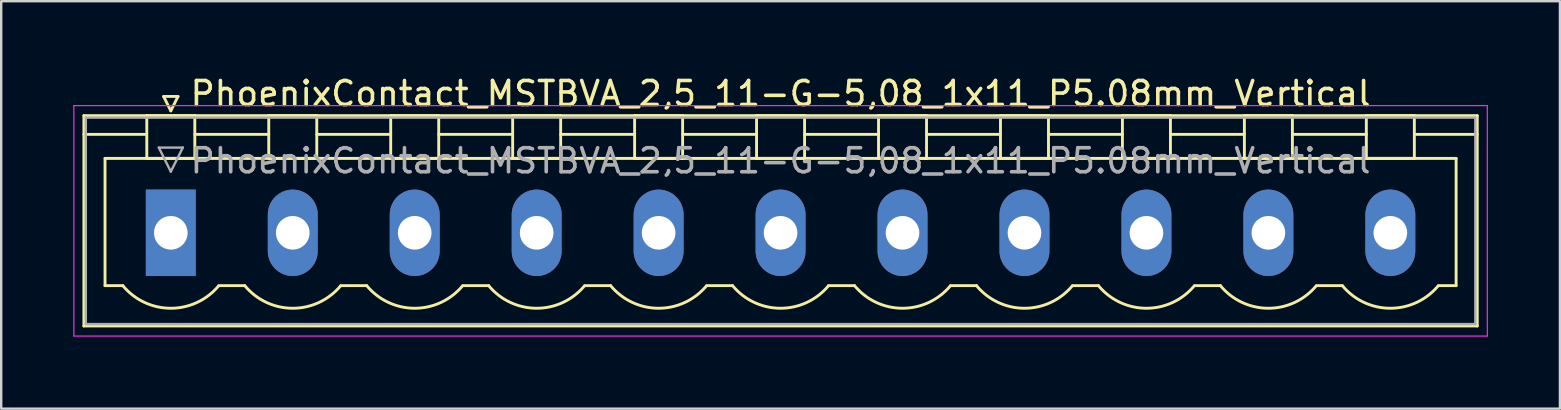
<source format=kicad_pcb>
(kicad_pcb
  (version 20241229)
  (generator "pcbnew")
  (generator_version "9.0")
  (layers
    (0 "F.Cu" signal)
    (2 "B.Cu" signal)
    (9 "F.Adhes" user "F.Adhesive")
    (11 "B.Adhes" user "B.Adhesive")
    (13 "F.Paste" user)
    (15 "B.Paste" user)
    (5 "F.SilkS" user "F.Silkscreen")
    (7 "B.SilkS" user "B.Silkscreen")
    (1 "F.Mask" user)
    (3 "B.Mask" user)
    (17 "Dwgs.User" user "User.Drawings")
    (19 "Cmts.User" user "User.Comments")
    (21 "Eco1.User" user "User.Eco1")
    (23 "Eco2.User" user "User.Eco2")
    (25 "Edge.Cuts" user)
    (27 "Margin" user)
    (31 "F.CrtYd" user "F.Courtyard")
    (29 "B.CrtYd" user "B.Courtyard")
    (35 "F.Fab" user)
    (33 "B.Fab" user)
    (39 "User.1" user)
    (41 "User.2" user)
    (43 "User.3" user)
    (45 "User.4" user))
  (footprint "PhoenixContact_MSTBVA_2,5_11-G-5,08_1x11_P5.08mm_Vertical"
    (layer "F.Cu")
    (at 4.065 6.648)
    (property "Reference" "PhoenixContact_MSTBVA_2,5_11-G-5,08_1x11_P5.08mm_Vertical" (at 25.4 -5.8 0) (layer "F.SilkS") (effects (font (size 1 1) (thickness 0.15))))
    (attr through_hole)
    (fp_line (start -3.62 -4.88) (end -3.62 3.88) (stroke (width 0.12) (type solid)) (layer "F.SilkS"))
    (fp_line (start -3.62 -4.1) (end -1.08 -4.1) (stroke (width 0.12) (type solid)) (layer "F.SilkS"))
    (fp_line (start -3.62 3.88) (end 54.42 3.88) (stroke (width 0.12) (type solid)) (layer "F.SilkS"))
    (fp_line (start -2.74 -3.1) (end 53.54 -3.1) (stroke (width 0.12) (type solid)) (layer "F.SilkS"))
    (fp_line (start -2.74 2.2) (end -2.74 -3.1) (stroke (width 0.12) (type solid)) (layer "F.SilkS"))
    (fp_line (start -2 2.2) (end -2.74 2.2) (stroke (width 0.12) (type solid)) (layer "F.SilkS"))
    (fp_line (start -1 -4.88) (end 1 -4.88) (stroke (width 0.12) (type solid)) (layer "F.SilkS"))
    (fp_line (start -1 -3.1) (end -1 -4.88) (stroke (width 0.12) (type solid)) (layer "F.SilkS"))
    (fp_line (start -0.3 -5.68) (end 0.3 -5.68) (stroke (width 0.12) (type solid)) (layer "F.SilkS"))
    (fp_line (start 0 -5.08) (end -0.3 -5.68) (stroke (width 0.12) (type solid)) (layer "F.SilkS"))
    (fp_line (start 0.3 -5.68) (end 0 -5.08) (stroke (width 0.12) (type solid)) (layer "F.SilkS"))
    (fp_line (start 1 -4.88) (end 1 -3.1) (stroke (width 0.12) (type solid)) (layer "F.SilkS"))
    (fp_line (start 1 -4.1) (end 4.08 -4.1) (stroke (width 0.12) (type solid)) (layer "F.SilkS"))
    (fp_line (start 1 -3.1) (end -1 -3.1) (stroke (width 0.12) (type solid)) (layer "F.SilkS"))
    (fp_line (start 2 2.2) (end 3.08 2.2) (stroke (width 0.12) (type solid)) (layer "F.SilkS"))
    (fp_line (start 4.08 -4.88) (end 6.08 -4.88) (stroke (width 0.12) (type solid)) (layer "F.SilkS"))
    (fp_line (start 4.08 -3.1) (end 4.08 -4.88) (stroke (width 0.12) (type solid)) (layer "F.SilkS"))
    (fp_line (start 6.08 -4.88) (end 6.08 -3.1) (stroke (width 0.12) (type solid)) (layer "F.SilkS"))
    (fp_line (start 6.08 -4.1) (end 9.16 -4.1) (stroke (width 0.12) (type solid)) (layer "F.SilkS"))
    (fp_line (start 6.08 -3.1) (end 4.08 -3.1) (stroke (width 0.12) (type solid)) (layer "F.SilkS"))
    (fp_line (start 7.08 2.2) (end 8.16 2.2) (stroke (width 0.12) (type solid)) (layer "F.SilkS"))
    (fp_line (start 9.16 -4.88) (end 11.16 -4.88) (stroke (width 0.12) (type solid)) (layer "F.SilkS"))
    (fp_line (start 9.16 -3.1) (end 9.16 -4.88) (stroke (width 0.12) (type solid)) (layer "F.SilkS"))
    (fp_line (start 11.16 -4.88) (end 11.16 -3.1) (stroke (width 0.12) (type solid)) (layer "F.SilkS"))
    (fp_line (start 11.16 -4.1) (end 14.24 -4.1) (stroke (width 0.12) (type solid)) (layer "F.SilkS"))
    (fp_line (start 11.16 -3.1) (end 9.16 -3.1) (stroke (width 0.12) (type solid)) (layer "F.SilkS"))
    (fp_line (start 12.16 2.2) (end 13.24 2.2) (stroke (width 0.12) (type solid)) (layer "F.SilkS"))
    (fp_line (start 14.24 -4.88) (end 16.24 -4.88) (stroke (width 0.12) (type solid)) (layer "F.SilkS"))
    (fp_line (start 14.24 -3.1) (end 14.24 -4.88) (stroke (width 0.12) (type solid)) (layer "F.SilkS"))
    (fp_line (start 16.24 -4.88) (end 16.24 -3.1) (stroke (width 0.12) (type solid)) (layer "F.SilkS"))
    (fp_line (start 16.24 -4.1) (end 19.32 -4.1) (stroke (width 0.12) (type solid)) (layer "F.SilkS"))
    (fp_line (start 16.24 -3.1) (end 14.24 -3.1) (stroke (width 0.12) (type solid)) (layer "F.SilkS"))
    (fp_line (start 17.24 2.2) (end 18.32 2.2) (stroke (width 0.12) (type solid)) (layer "F.SilkS"))
    (fp_line (start 19.32 -4.88) (end 21.32 -4.88) (stroke (width 0.12) (type solid)) (layer "F.SilkS"))
    (fp_line (start 19.32 -3.1) (end 19.32 -4.88) (stroke (width 0.12) (type solid)) (layer "F.SilkS"))
    (fp_line (start 21.32 -4.88) (end 21.32 -3.1) (stroke (width 0.12) (type solid)) (layer "F.SilkS"))
    (fp_line (start 21.32 -4.1) (end 24.4 -4.1) (stroke (width 0.12) (type solid)) (layer "F.SilkS"))
    (fp_line (start 21.32 -3.1) (end 19.32 -3.1) (stroke (width 0.12) (type solid)) (layer "F.SilkS"))
    (fp_line (start 22.32 2.2) (end 23.4 2.2) (stroke (width 0.12) (type solid)) (layer "F.SilkS"))
    (fp_line (start 24.4 -4.88) (end 26.4 -4.88) (stroke (width 0.12) (type solid)) (layer "F.SilkS"))
    (fp_line (start 24.4 -3.1) (end 24.4 -4.88) (stroke (width 0.12) (type solid)) (layer "F.SilkS"))
    (fp_line (start 26.4 -4.88) (end 26.4 -3.1) (stroke (width 0.12) (type solid)) (layer "F.SilkS"))
    (fp_line (start 26.4 -4.1) (end 29.48 -4.1) (stroke (width 0.12) (type solid)) (layer "F.SilkS"))
    (fp_line (start 26.4 -3.1) (end 24.4 -3.1) (stroke (width 0.12) (type solid)) (layer "F.SilkS"))
    (fp_line (start 27.4 2.2) (end 28.48 2.2) (stroke (width 0.12) (type solid)) (layer "F.SilkS"))
    (fp_line (start 29.48 -4.88) (end 31.48 -4.88) (stroke (width 0.12) (type solid)) (layer "F.SilkS"))
    (fp_line (start 29.48 -3.1) (end 29.48 -4.88) (stroke (width 0.12) (type solid)) (layer "F.SilkS"))
    (fp_line (start 31.48 -4.88) (end 31.48 -3.1) (stroke (width 0.12) (type solid)) (layer "F.SilkS"))
    (fp_line (start 31.48 -4.1) (end 34.56 -4.1) (stroke (width 0.12) (type solid)) (layer "F.SilkS"))
    (fp_line (start 31.48 -3.1) (end 29.48 -3.1) (stroke (width 0.12) (type solid)) (layer "F.SilkS"))
    (fp_line (start 32.48 2.2) (end 33.56 2.2) (stroke (width 0.12) (type solid)) (layer "F.SilkS"))
    (fp_line (start 34.56 -4.88) (end 36.56 -4.88) (stroke (width 0.12) (type solid)) (layer "F.SilkS"))
    (fp_line (start 34.56 -3.1) (end 34.56 -4.88) (stroke (width 0.12) (type solid)) (layer "F.SilkS"))
    (fp_line (start 36.56 -4.88) (end 36.56 -3.1) (stroke (width 0.12) (type solid)) (layer "F.SilkS"))
    (fp_line (start 36.56 -4.1) (end 39.64 -4.1) (stroke (width 0.12) (type solid)) (layer "F.SilkS"))
    (fp_line (start 36.56 -3.1) (end 34.56 -3.1) (stroke (width 0.12) (type solid)) (layer "F.SilkS"))
    (fp_line (start 37.56 2.2) (end 38.64 2.2) (stroke (width 0.12) (type solid)) (layer "F.SilkS"))
    (fp_line (start 39.64 -4.88) (end 41.64 -4.88) (stroke (width 0.12) (type solid)) (layer "F.SilkS"))
    (fp_line (start 39.64 -3.1) (end 39.64 -4.88) (stroke (width 0.12) (type solid)) (layer "F.SilkS"))
    (fp_line (start 41.64 -4.88) (end 41.64 -3.1) (stroke (width 0.12) (type solid)) (layer "F.SilkS"))
    (fp_line (start 41.64 -4.1) (end 44.72 -4.1) (stroke (width 0.12) (type solid)) (layer "F.SilkS"))
    (fp_line (start 41.64 -3.1) (end 39.64 -3.1) (stroke (width 0.12) (type solid)) (layer "F.SilkS"))
    (fp_line (start 42.64 2.2) (end 43.72 2.2) (stroke (width 0.12) (type solid)) (layer "F.SilkS"))
    (fp_line (start 44.72 -4.88) (end 46.72 -4.88) (stroke (width 0.12) (type solid)) (layer "F.SilkS"))
    (fp_line (start 44.72 -3.1) (end 44.72 -4.88) (stroke (width 0.12) (type solid)) (layer "F.SilkS"))
    (fp_line (start 46.72 -4.88) (end 46.72 -3.1) (stroke (width 0.12) (type solid)) (layer "F.SilkS"))
    (fp_line (start 46.72 -4.1) (end 49.8 -4.1) (stroke (width 0.12) (type solid)) (layer "F.SilkS"))
    (fp_line (start 46.72 -3.1) (end 44.72 -3.1) (stroke (width 0.12) (type solid)) (layer "F.SilkS"))
    (fp_line (start 47.72 2.2) (end 48.8 2.2) (stroke (width 0.12) (type solid)) (layer "F.SilkS"))
    (fp_line (start 49.8 -4.88) (end 51.8 -4.88) (stroke (width 0.12) (type solid)) (layer "F.SilkS"))
    (fp_line (start 49.8 -3.1) (end 49.8 -4.88) (stroke (width 0.12) (type solid)) (layer "F.SilkS"))
    (fp_line (start 51.8 -4.88) (end 51.8 -3.1) (stroke (width 0.12) (type solid)) (layer "F.SilkS"))
    (fp_line (start 51.8 -3.1) (end 49.8 -3.1) (stroke (width 0.12) (type solid)) (layer "F.SilkS"))
    (fp_line (start 53.54 -3.1) (end 53.54 2.2) (stroke (width 0.12) (type solid)) (layer "F.SilkS"))
    (fp_line (start 53.54 2.2) (end 52.8 2.2) (stroke (width 0.12) (type solid)) (layer "F.SilkS"))
    (fp_line (start 54.42 -4.88) (end -3.62 -4.88) (stroke (width 0.12) (type solid)) (layer "F.SilkS"))
    (fp_line (start 54.42 -4.1) (end 51.88 -4.1) (stroke (width 0.12) (type solid)) (layer "F.SilkS"))
    (fp_line (start 54.42 3.88) (end 54.42 -4.88) (stroke (width 0.12) (type solid)) (layer "F.SilkS"))
    (fp_arc (start 1.986842 2.215821) (mid -0.010289 3.142758) (end -2 2.2) (stroke (width 0.12) (type solid)) (layer "F.SilkS"))
    (fp_arc (start 7.066842 2.215821) (mid 5.069711 3.142758) (end 3.08 2.2) (stroke (width 0.12) (type solid)) (layer "F.SilkS"))
    (fp_arc (start 12.146842 2.215821) (mid 10.149711 3.142758) (end 8.16 2.2) (stroke (width 0.12) (type solid)) (layer "F.SilkS"))
    (fp_arc (start 17.226842 2.215821) (mid 15.229711 3.142758) (end 13.24 2.2) (stroke (width 0.12) (type solid)) (layer "F.SilkS"))
    (fp_arc (start 22.306842 2.215821) (mid 20.309711 3.142758) (end 18.32 2.2) (stroke (width 0.12) (type solid)) (layer "F.SilkS"))
    (fp_arc (start 27.386842 2.215821) (mid 25.389711 3.142758) (end 23.4 2.2) (stroke (width 0.12) (type solid)) (layer "F.SilkS"))
    (fp_arc (start 32.466842 2.215821) (mid 30.469711 3.142758) (end 28.48 2.2) (stroke (width 0.12) (type solid)) (layer "F.SilkS"))
    (fp_arc (start 37.546842 2.215821) (mid 35.549711 3.142758) (end 33.56 2.2) (stroke (width 0.12) (type solid)) (layer "F.SilkS"))
    (fp_arc (start 42.626842 2.215821) (mid 40.629711 3.142758) (end 38.64 2.2) (stroke (width 0.12) (type solid)) (layer "F.SilkS"))
    (fp_arc (start 47.706842 2.215821) (mid 45.709711 3.142758) (end 43.72 2.2) (stroke (width 0.12) (type solid)) (layer "F.SilkS"))
    (fp_arc (start 52.786842 2.215821) (mid 50.789711 3.142758) (end 48.8 2.2) (stroke (width 0.12) (type solid)) (layer "F.SilkS"))
    (fp_line (start -4.04 -5.3) (end -4.04 4.3) (stroke (width 0.05) (type solid)) (layer "F.CrtYd"))
    (fp_line (start -4.04 4.3) (end 54.84 4.3) (stroke (width 0.05) (type solid)) (layer "F.CrtYd"))
    (fp_line (start 54.84 -5.3) (end -4.04 -5.3) (stroke (width 0.05) (type solid)) (layer "F.CrtYd"))
    (fp_line (start 54.84 4.3) (end 54.84 -5.3) (stroke (width 0.05) (type solid)) (layer "F.CrtYd"))
    (fp_line (start -3.54 -4.8) (end -3.54 3.8) (stroke (width 0.1) (type solid)) (layer "F.Fab"))
    (fp_line (start -3.54 3.8) (end 54.34 3.8) (stroke (width 0.1) (type solid)) (layer "F.Fab"))
    (fp_line (start -0.5 -3.55) (end 0.5 -3.55) (stroke (width 0.1) (type solid)) (layer "F.Fab"))
    (fp_line (start 0 -2.55) (end -0.5 -3.55) (stroke (width 0.1) (type solid)) (layer "F.Fab"))
    (fp_line (start 0.5 -3.55) (end 0 -2.55) (stroke (width 0.1) (type solid)) (layer "F.Fab"))
    (fp_line (start 54.34 -4.8) (end -3.54 -4.8) (stroke (width 0.1) (type solid)) (layer "F.Fab"))
    (fp_line (start 54.34 3.8) (end 54.34 -4.8) (stroke (width 0.1) (type solid)) (layer "F.Fab"))
    (fp_text user "${REFERENCE}" (at 25.4 -3 0) (layer "F.Fab") (effects (font (size 1 1) (thickness 0.15))))
    (pad "1" thru_hole rect (at 0 0) (size 2.08 3.6) (drill 1.4) (layers "*.Cu" "*.Mask"))
    (pad "2" thru_hole oval (at 5.08 0) (size 2.08 3.6) (drill 1.4) (layers "*.Cu" "*.Mask"))
    (pad "3" thru_hole oval (at 10.16 0) (size 2.08 3.6) (drill 1.4) (layers "*.Cu" "*.Mask"))
    (pad "4" thru_hole oval (at 15.24 0) (size 2.08 3.6) (drill 1.4) (layers "*.Cu" "*.Mask"))
    (pad "5" thru_hole oval (at 20.32 0) (size 2.08 3.6) (drill 1.4) (layers "*.Cu" "*.Mask"))
    (pad "6" thru_hole oval (at 25.4 0) (size 2.08 3.6) (drill 1.4) (layers "*.Cu" "*.Mask"))
    (pad "7" thru_hole oval (at 30.48 0) (size 2.08 3.6) (drill 1.4) (layers "*.Cu" "*.Mask"))
    (pad "8" thru_hole oval (at 35.56 0) (size 2.08 3.6) (drill 1.4) (layers "*.Cu" "*.Mask"))
    (pad "9" thru_hole oval (at 40.64 0) (size 2.08 3.6) (drill 1.4) (layers "*.Cu" "*.Mask"))
    (pad "10" thru_hole oval (at 45.72 0) (size 2.08 3.6) (drill 1.4) (layers "*.Cu" "*.Mask"))
    (pad "11" thru_hole oval (at 50.8 0) (size 2.08 3.6) (drill 1.4) (layers "*.Cu" "*.Mask")))
  (gr_rect
    (start -3 -3)
    (end 61.93 13.973)
    (stroke (width 0.1) (type default))
    (fill no)
    (layer "Edge.Cuts")))
</source>
